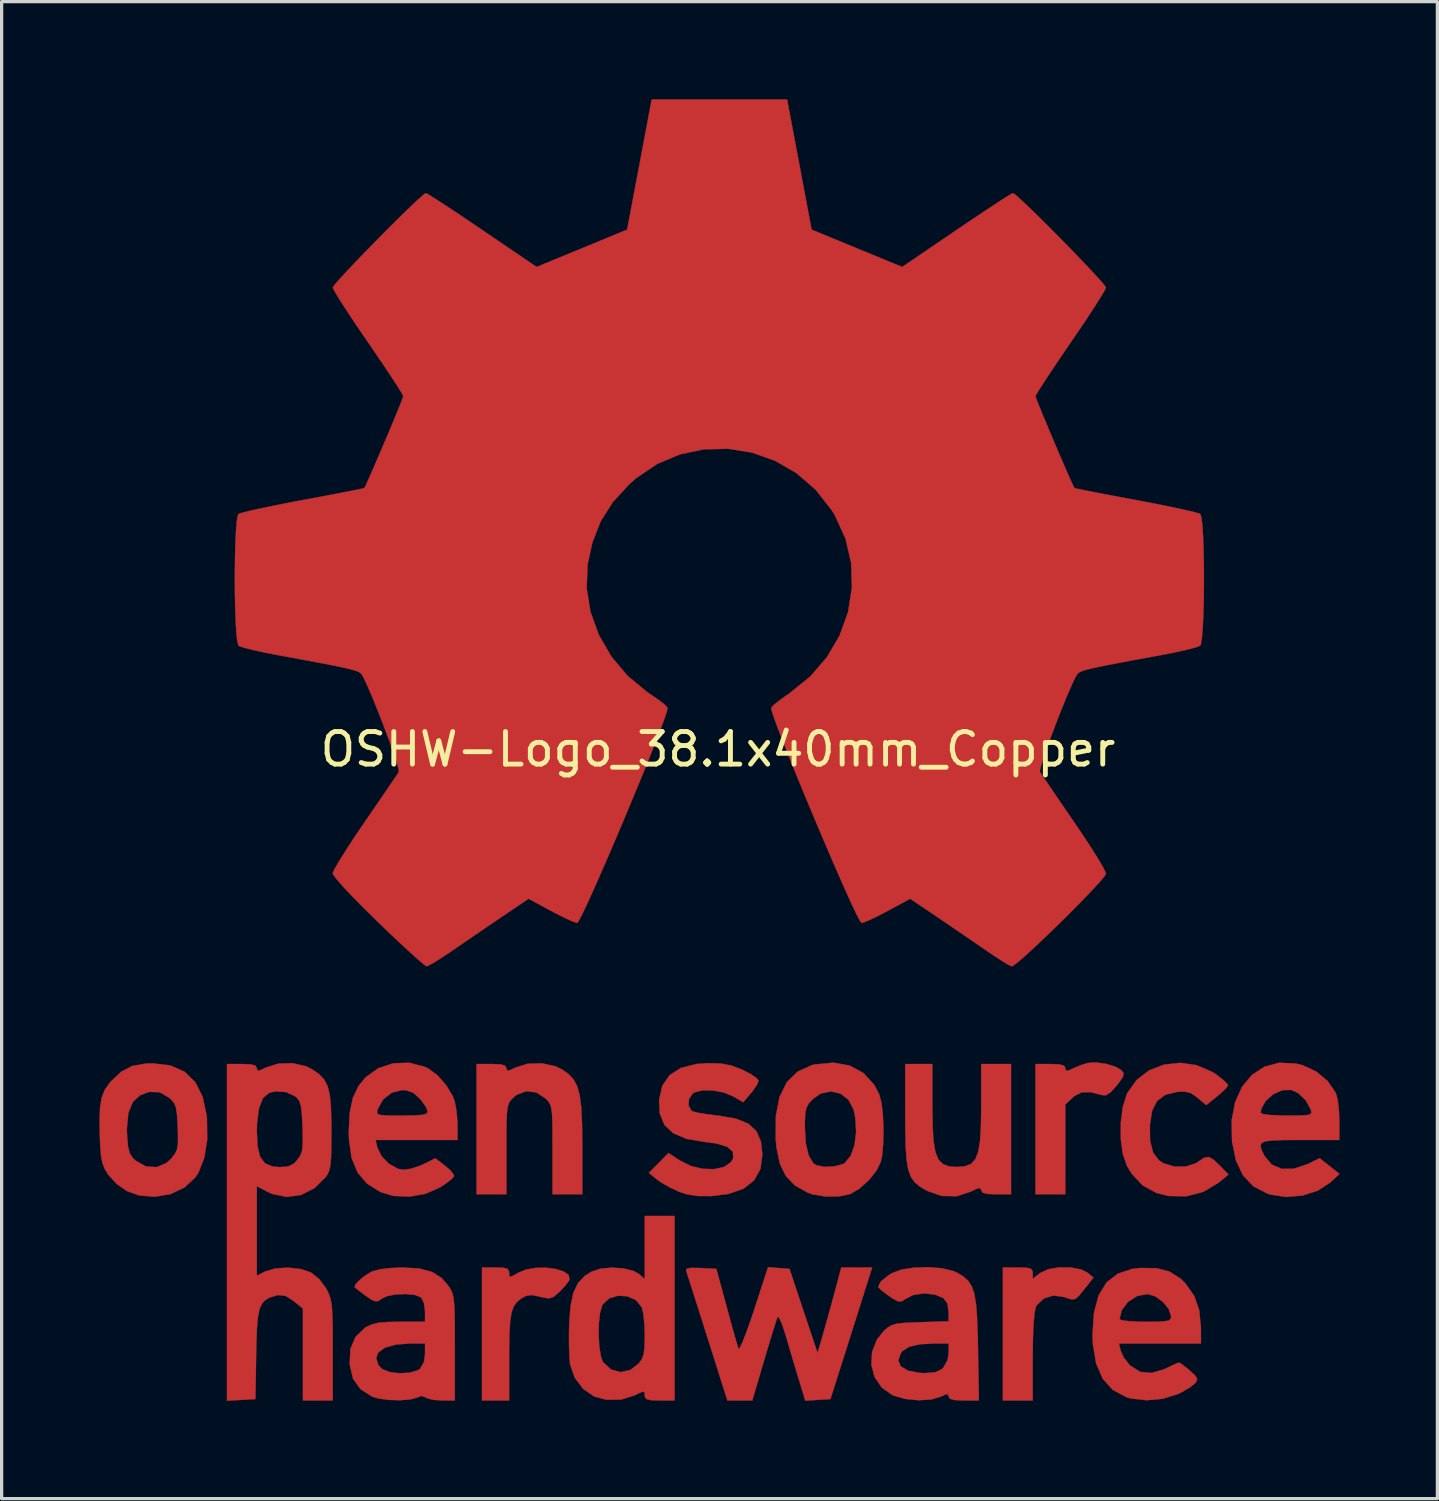
<source format=kicad_pcb>
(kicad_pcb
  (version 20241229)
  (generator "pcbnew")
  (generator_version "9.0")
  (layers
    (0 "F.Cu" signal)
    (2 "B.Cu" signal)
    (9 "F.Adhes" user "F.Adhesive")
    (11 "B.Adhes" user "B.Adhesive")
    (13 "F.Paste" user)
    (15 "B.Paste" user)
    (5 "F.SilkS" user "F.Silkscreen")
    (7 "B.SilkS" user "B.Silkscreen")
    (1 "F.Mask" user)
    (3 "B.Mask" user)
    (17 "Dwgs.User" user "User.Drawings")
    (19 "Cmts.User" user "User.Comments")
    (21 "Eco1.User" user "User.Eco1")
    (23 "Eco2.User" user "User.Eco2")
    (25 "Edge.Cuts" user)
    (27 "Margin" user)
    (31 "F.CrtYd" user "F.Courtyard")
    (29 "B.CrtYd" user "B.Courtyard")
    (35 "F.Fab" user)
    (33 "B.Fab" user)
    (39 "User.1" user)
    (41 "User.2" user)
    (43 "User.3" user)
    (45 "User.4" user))
  (footprint "OSHW-Logo_38.1x40mm_Copper"
    (layer "F.Cu")
    (at 18.99 19.95)
    (property "Reference" "OSHW-Logo_38.1x40mm_Copper" (at 0 0 0) (layer "F.SilkS") (effects (font (size 1 1) (thickness 0.15))))
    (attr exclude_from_pos_files exclude_from_bom)
    (fp_poly (pts (xy 11.918 9.656) (xy 12.204 9.744) (xy 12.389 9.855) (xy 12.449 9.942) (xy 12.432 10.046) (xy 12.325 10.209) (xy 12.234 10.324) (xy 12.047 10.532) (xy 11.907 10.62) (xy 11.787 10.614) (xy 11.431 10.524) (xy 11.17 10.528) (xy 10.959 10.631) (xy 10.887 10.691) (xy 10.66 10.902) (xy 10.66 13.658) (xy 9.744 13.658) (xy 9.744 9.66) (xy 10.202 9.66) (xy 10.477 9.671) (xy 10.619 9.71) (xy 10.66 9.785) (xy 10.66 9.787) (xy 10.679 9.866) (xy 10.767 9.856) (xy 10.889 9.799) (xy 11.14 9.693) (xy 11.344 9.629) (xy 11.607 9.613) (xy 11.918 9.656)) (stroke (width 0.01) (type solid)) (fill yes) (layer "F.Cu"))
    (fp_poly (pts (xy 10.83 15.905) (xy 11.15 15.968) (xy 11.333 16.061) (xy 11.524 16.217) (xy 11.252 16.561) (xy 11.083 16.77) (xy 10.969 16.871) (xy 10.856 16.887) (xy 10.69 16.837) (xy 10.612 16.809) (xy 10.294 16.767) (xy 10.003 16.856) (xy 9.789 17.059) (xy 9.754 17.123) (xy 9.717 17.294) (xy 9.687 17.609) (xy 9.668 18.046) (xy 9.66 18.582) (xy 9.66 18.658) (xy 9.66 19.987) (xy 8.744 19.987) (xy 8.744 15.906) (xy 9.202 15.906) (xy 9.466 15.913) (xy 9.604 15.944) (xy 9.655 16.013) (xy 9.66 16.079) (xy 9.66 16.251) (xy 9.88 16.079) (xy 10.131 15.961) (xy 10.469 15.903) (xy 10.83 15.905)) (stroke (width 0.01) (type solid)) (fill yes) (layer "F.Cu"))
    (fp_poly (pts (xy -6.579 15.915) (xy -6.454 15.952) (xy -6.414 16.035) (xy -6.412 16.072) (xy -6.405 16.175) (xy -6.356 16.191) (xy -6.221 16.12) (xy -6.142 16.072) (xy -5.89 15.968) (xy -5.59 15.917) (xy -5.275 15.913) (xy -4.98 15.951) (xy -4.739 16.027) (xy -4.587 16.134) (xy -4.557 16.268) (xy -4.572 16.305) (xy -4.683 16.456) (xy -4.854 16.641) (xy -4.885 16.671) (xy -5.049 16.809) (xy -5.191 16.854) (xy -5.388 16.823) (xy -5.467 16.802) (xy -5.714 16.752) (xy -5.887 16.775) (xy -6.033 16.853) (xy -6.167 16.959) (xy -6.266 17.092) (xy -6.334 17.277) (xy -6.378 17.541) (xy -6.402 17.907) (xy -6.412 18.402) (xy -6.412 18.701) (xy -6.412 19.987) (xy -7.245 19.987) (xy -7.245 15.906) (xy -6.829 15.906) (xy -6.579 15.915)) (stroke (width 0.01) (type solid)) (fill yes) (layer "F.Cu"))
    (fp_poly (pts (xy 6.579 10.957) (xy 6.587 11.567) (xy 6.616 12.031) (xy 6.673 12.368) (xy 6.767 12.595) (xy 6.904 12.734) (xy 7.094 12.802) (xy 7.329 12.82) (xy 7.574 12.8) (xy 7.761 12.729) (xy 7.896 12.586) (xy 7.988 12.353) (xy 8.044 12.011) (xy 8.071 11.54) (xy 8.078 10.957) (xy 8.078 9.66) (xy 8.994 9.66) (xy 8.994 13.658) (xy 8.536 13.658) (xy 8.26 13.647) (xy 8.118 13.607) (xy 8.078 13.533) (xy 8.054 13.466) (xy 7.959 13.48) (xy 7.767 13.574) (xy 7.327 13.719) (xy 6.861 13.709) (xy 6.414 13.552) (xy 6.201 13.427) (xy 6.038 13.292) (xy 5.92 13.124) (xy 5.838 12.898) (xy 5.787 12.591) (xy 5.759 12.18) (xy 5.748 11.64) (xy 5.746 11.223) (xy 5.746 9.66) (xy 6.579 9.66) (xy 6.579 10.957)) (stroke (width 0.01) (type solid)) (fill yes) (layer "F.Cu"))
    (fp_poly (pts (xy -4.994 9.729) (xy -4.787 9.828) (xy -4.586 9.971) (xy -4.433 10.136) (xy -4.321 10.346) (xy -4.245 10.625) (xy -4.198 10.996) (xy -4.174 11.485) (xy -4.166 12.114) (xy -4.166 12.18) (xy -4.164 13.658) (xy -5.08 13.658) (xy -5.08 12.295) (xy -5.081 11.79) (xy -5.085 11.424) (xy -5.097 11.17) (xy -5.121 10.999) (xy -5.16 10.884) (xy -5.218 10.798) (xy -5.3 10.713) (xy -5.583 10.53) (xy -5.893 10.496) (xy -6.189 10.611) (xy -6.291 10.698) (xy -6.367 10.778) (xy -6.421 10.865) (xy -6.457 10.985) (xy -6.479 11.165) (xy -6.491 11.432) (xy -6.495 11.815) (xy -6.496 12.28) (xy -6.496 13.658) (xy -7.412 13.658) (xy -7.412 9.66) (xy -6.954 9.66) (xy -6.679 9.671) (xy -6.537 9.71) (xy -6.496 9.785) (xy -6.496 9.787) (xy -6.477 9.861) (xy -6.392 9.853) (xy -6.225 9.772) (xy -5.845 9.652) (xy -5.411 9.639) (xy -4.994 9.729)) (stroke (width 0.01) (type solid)) (fill yes) (layer "F.Cu"))
    (fp_poly (pts (xy 14.685 9.695) (xy 15.167 9.9) (xy 15.319 10) (xy 15.513 10.153) (xy 15.635 10.274) (xy 15.656 10.313) (xy 15.597 10.4) (xy 15.444 10.548) (xy 15.321 10.651) (xy 14.986 10.921) (xy 14.721 10.698) (xy 14.517 10.554) (xy 14.317 10.505) (xy 14.089 10.517) (xy 13.726 10.607) (xy 13.477 10.794) (xy 13.325 11.096) (xy 13.256 11.532) (xy 13.256 11.533) (xy 13.262 12.02) (xy 13.355 12.378) (xy 13.539 12.621) (xy 13.665 12.704) (xy 13.999 12.807) (xy 14.356 12.807) (xy 14.667 12.707) (xy 14.74 12.658) (xy 14.925 12.534) (xy 15.069 12.514) (xy 15.224 12.606) (xy 15.396 12.772) (xy 15.668 13.053) (xy 15.366 13.302) (xy 14.899 13.583) (xy 14.373 13.721) (xy 13.824 13.711) (xy 13.462 13.62) (xy 13.04 13.392) (xy 12.703 13.035) (xy 12.55 12.783) (xy 12.425 12.422) (xy 12.363 11.963) (xy 12.363 11.467) (xy 12.423 10.99) (xy 12.545 10.591) (xy 12.564 10.55) (xy 12.848 10.149) (xy 13.233 9.856) (xy 13.687 9.679) (xy 14.181 9.624) (xy 14.685 9.695)) (stroke (width 0.01) (type solid)) (fill yes) (layer "F.Cu"))
    (fp_poly (pts (xy 4.045 9.71) (xy 4.466 9.939) (xy 4.796 10.301) (xy 4.951 10.596) (xy 5.018 10.856) (xy 5.061 11.227) (xy 5.079 11.654) (xy 5.072 12.083) (xy 5.038 12.46) (xy 4.997 12.661) (xy 4.861 12.937) (xy 4.626 13.229) (xy 4.342 13.485) (xy 4.061 13.65) (xy 4.054 13.653) (xy 3.706 13.725) (xy 3.293 13.727) (xy 2.9 13.661) (xy 2.749 13.608) (xy 2.358 13.387) (xy 2.079 13.097) (xy 1.895 12.713) (xy 1.793 12.21) (xy 1.769 11.946) (xy 1.772 11.615) (xy 2.665 11.615) (xy 2.695 12.098) (xy 2.782 12.467) (xy 2.919 12.702) (xy 3.017 12.769) (xy 3.268 12.816) (xy 3.567 12.802) (xy 3.825 12.735) (xy 3.892 12.698) (xy 4.071 12.481) (xy 4.189 12.15) (xy 4.239 11.747) (xy 4.214 11.315) (xy 4.16 11.055) (xy 4.002 10.754) (xy 3.754 10.566) (xy 3.455 10.501) (xy 3.146 10.569) (xy 2.908 10.737) (xy 2.783 10.874) (xy 2.711 11.01) (xy 2.676 11.194) (xy 2.665 11.476) (xy 2.665 11.615) (xy 1.772 11.615) (xy 1.776 11.243) (xy 1.89 10.666) (xy 2.113 10.216) (xy 2.444 9.892) (xy 2.883 9.695) (xy 2.978 9.672) (xy 3.545 9.619) (xy 4.045 9.71)) (stroke (width 0.01) (type solid)) (fill yes) (layer "F.Cu"))
    (fp_poly (pts (xy 1.865 15.923) (xy 2.194 15.948) (xy 2.624 17.239) (xy 3.055 18.53) (xy 3.19 18.071) (xy 3.271 17.788) (xy 3.378 17.406) (xy 3.494 16.985) (xy 3.555 16.76) (xy 3.784 15.906) (xy 4.731 15.906) (xy 4.448 16.801) (xy 4.309 17.242) (xy 4.14 17.773) (xy 3.965 18.327) (xy 3.808 18.821) (xy 3.45 19.945) (xy 2.678 19.995) (xy 2.468 19.304) (xy 2.339 18.875) (xy 2.198 18.401) (xy 2.075 17.983) (xy 2.07 17.966) (xy 1.978 17.683) (xy 1.897 17.49) (xy 1.84 17.417) (xy 1.828 17.425) (xy 1.787 17.538) (xy 1.71 17.781) (xy 1.604 18.123) (xy 1.481 18.533) (xy 1.414 18.759) (xy 1.053 19.987) (xy 0.287 19.987) (xy -0.326 18.051) (xy -0.498 17.508) (xy -0.655 17.014) (xy -0.789 16.594) (xy -0.893 16.27) (xy -0.96 16.066) (xy -0.98 16.006) (xy -0.964 15.945) (xy -0.838 15.918) (xy -0.577 15.921) (xy -0.537 15.923) (xy -0.052 15.948) (xy 0.265 17.114) (xy 0.381 17.539) (xy 0.485 17.913) (xy 0.568 18.203) (xy 0.62 18.376) (xy 0.629 18.405) (xy 0.669 18.372) (xy 0.749 18.203) (xy 0.86 17.922) (xy 0.993 17.55) (xy 1.106 17.214) (xy 1.535 15.898) (xy 1.865 15.923)) (stroke (width 0.01) (type solid)) (fill yes) (layer "F.Cu"))
    (fp_poly (pts (xy -16.811 9.704) (xy -16.375 9.896) (xy -16.044 10.218) (xy -15.818 10.669) (xy -15.696 11.25) (xy -15.687 11.341) (xy -15.68 11.981) (xy -15.769 12.541) (xy -15.949 12.996) (xy -16.045 13.142) (xy -16.38 13.451) (xy -16.806 13.652) (xy -17.284 13.735) (xy -17.771 13.693) (xy -18.141 13.562) (xy -18.459 13.343) (xy -18.719 13.055) (xy -18.724 13.048) (xy -18.829 12.871) (xy -18.898 12.692) (xy -18.94 12.467) (xy -18.964 12.149) (xy -18.975 11.888) (xy -18.979 11.651) (xy -18.147 11.651) (xy -18.138 11.887) (xy -18.109 12.2) (xy -18.057 12.401) (xy -17.963 12.544) (xy -17.875 12.628) (xy -17.563 12.803) (xy -17.236 12.826) (xy -16.932 12.7) (xy -16.78 12.559) (xy -16.671 12.417) (xy -16.607 12.281) (xy -16.578 12.104) (xy -16.577 11.839) (xy -16.585 11.594) (xy -16.604 11.245) (xy -16.634 11.019) (xy -16.687 10.871) (xy -16.777 10.759) (xy -16.848 10.694) (xy -17.145 10.525) (xy -17.466 10.516) (xy -17.736 10.617) (xy -17.965 10.826) (xy -18.102 11.17) (xy -18.147 11.651) (xy -18.979 11.651) (xy -18.985 11.369) (xy -18.968 10.981) (xy -18.918 10.689) (xy -18.827 10.459) (xy -18.689 10.256) (xy -18.638 10.196) (xy -18.318 9.895) (xy -17.976 9.719) (xy -17.556 9.646) (xy -17.352 9.64) (xy -16.811 9.704)) (stroke (width 0.01) (type solid)) (fill yes) (layer "F.Cu"))
    (fp_poly (pts (xy -1.332 19.987) (xy -1.79 19.987) (xy -2.056 19.979) (xy -2.195 19.947) (xy -2.245 19.877) (xy -2.249 19.829) (xy -2.257 19.734) (xy -2.31 19.716) (xy -2.449 19.775) (xy -2.558 19.829) (xy -2.974 19.959) (xy -3.426 19.966) (xy -3.793 19.87) (xy -4.136 19.636) (xy -4.397 19.292) (xy -4.539 18.885) (xy -4.543 18.862) (xy -4.564 18.614) (xy -4.575 18.258) (xy -4.574 17.989) (xy -3.664 17.989) (xy -3.643 18.347) (xy -3.595 18.642) (xy -3.53 18.808) (xy -3.285 19.036) (xy -2.993 19.118) (xy -2.693 19.052) (xy -2.436 18.855) (xy -2.339 18.722) (xy -2.282 18.564) (xy -2.255 18.334) (xy -2.249 17.987) (xy -2.26 17.644) (xy -2.291 17.343) (xy -2.335 17.141) (xy -2.343 17.123) (xy -2.52 16.908) (xy -2.779 16.79) (xy -3.069 16.771) (xy -3.338 16.853) (xy -3.537 17.038) (xy -3.558 17.075) (xy -3.622 17.299) (xy -3.658 17.622) (xy -3.664 17.989) (xy -4.574 17.989) (xy -4.574 17.852) (xy -4.568 17.634) (xy -4.527 17.094) (xy -4.442 16.688) (xy -4.301 16.388) (xy -4.092 16.165) (xy -3.889 16.034) (xy -3.605 15.942) (xy -3.252 15.911) (xy -2.891 15.936) (xy -2.582 16.016) (xy -2.418 16.112) (xy -2.249 16.265) (xy -2.249 14.324) (xy -1.332 14.324) (xy -1.332 19.987)) (stroke (width 0.01) (type solid)) (fill yes) (layer "F.Cu"))
    (fp_poly (pts (xy 17.736 9.646) (xy 17.949 9.698) (xy 18.358 9.888) (xy 18.707 10.177) (xy 18.949 10.525) (xy 18.982 10.603) (xy 19.028 10.807) (xy 19.06 11.109) (xy 19.071 11.415) (xy 19.071 11.992) (xy 17.863 11.992) (xy 17.365 11.994) (xy 17.014 12.005) (xy 16.791 12.035) (xy 16.677 12.092) (xy 16.651 12.184) (xy 16.695 12.32) (xy 16.774 12.48) (xy 16.995 12.746) (xy 17.302 12.879) (xy 17.676 12.874) (xy 18.101 12.73) (xy 18.468 12.552) (xy 18.772 12.792) (xy 19.076 13.033) (xy 18.79 13.298) (xy 18.408 13.548) (xy 17.938 13.698) (xy 17.432 13.741) (xy 16.943 13.665) (xy 16.864 13.639) (xy 16.434 13.415) (xy 16.115 13.08) (xy 15.898 12.625) (xy 15.778 12.041) (xy 15.777 12.028) (xy 15.766 11.391) (xy 15.81 11.163) (xy 16.656 11.163) (xy 16.733 11.198) (xy 16.944 11.225) (xy 17.255 11.24) (xy 17.452 11.243) (xy 17.82 11.241) (xy 18.05 11.232) (xy 18.171 11.208) (xy 18.212 11.161) (xy 18.201 11.085) (xy 18.192 11.055) (xy 18.043 10.778) (xy 17.809 10.554) (xy 17.602 10.456) (xy 17.328 10.462) (xy 17.049 10.585) (xy 16.816 10.787) (xy 16.676 11.034) (xy 16.656 11.163) (xy 15.81 11.163) (xy 15.873 10.83) (xy 16.085 10.36) (xy 16.39 9.993) (xy 16.775 9.742) (xy 17.227 9.622) (xy 17.736 9.646)) (stroke (width 0.01) (type solid)) (fill yes) (layer "F.Cu"))
    (fp_poly (pts (xy 0.093 9.646) (xy 0.408 9.706) (xy 0.735 9.831) (xy 0.77 9.847) (xy 1.018 9.977) (xy 1.19 10.099) (xy 1.246 10.176) (xy 1.193 10.303) (xy 1.064 10.49) (xy 1.007 10.56) (xy 0.772 10.834) (xy 0.469 10.655) (xy 0.181 10.536) (xy -0.152 10.473) (xy -0.471 10.469) (xy -0.719 10.528) (xy -0.778 10.566) (xy -0.891 10.737) (xy -0.905 10.934) (xy -0.82 11.088) (xy -0.77 11.118) (xy -0.62 11.155) (xy -0.357 11.199) (xy -0.032 11.24) (xy 0.028 11.247) (xy 0.55 11.337) (xy 0.928 11.49) (xy 1.179 11.721) (xy 1.318 12.043) (xy 1.362 12.436) (xy 1.302 12.883) (xy 1.107 13.234) (xy 0.777 13.49) (xy 0.31 13.65) (xy -0.208 13.714) (xy -0.631 13.713) (xy -0.973 13.655) (xy -1.208 13.576) (xy -1.503 13.437) (xy -1.777 13.276) (xy -1.874 13.205) (xy -2.124 13.001) (xy -1.822 12.697) (xy -1.521 12.392) (xy -1.178 12.618) (xy -0.835 12.789) (xy -0.468 12.878) (xy -0.115 12.887) (xy 0.186 12.818) (xy 0.397 12.673) (xy 0.466 12.55) (xy 0.456 12.354) (xy 0.286 12.204) (xy -0.043 12.1) (xy -0.404 12.052) (xy -0.959 11.96) (xy -1.371 11.787) (xy -1.646 11.529) (xy -1.789 11.178) (xy -1.809 10.763) (xy -1.711 10.329) (xy -1.487 10.002) (xy -1.136 9.778) (xy -0.655 9.658) (xy -0.299 9.634) (xy 0.093 9.646)) (stroke (width 0.01) (type solid)) (fill yes) (layer "F.Cu"))
    (fp_poly (pts (xy 13.462 15.928) (xy 13.86 16.031) (xy 14.193 16.245) (xy 14.355 16.405) (xy 14.619 16.782) (xy 14.771 17.219) (xy 14.823 17.757) (xy 14.823 17.801) (xy 14.824 18.238) (xy 12.307 18.238) (xy 12.361 18.467) (xy 12.458 18.674) (xy 12.627 18.891) (xy 12.663 18.925) (xy 12.967 19.112) (xy 13.315 19.143) (xy 13.715 19.021) (xy 13.783 18.988) (xy 13.991 18.887) (xy 14.13 18.83) (xy 14.154 18.824) (xy 14.239 18.876) (xy 14.401 19.002) (xy 14.483 19.071) (xy 14.653 19.229) (xy 14.709 19.333) (xy 14.67 19.429) (xy 14.649 19.455) (xy 14.509 19.57) (xy 14.277 19.71) (xy 14.116 19.791) (xy 13.657 19.935) (xy 13.149 19.981) (xy 12.668 19.926) (xy 12.533 19.887) (xy 12.117 19.663) (xy 11.807 19.319) (xy 11.605 18.852) (xy 11.506 18.257) (xy 11.495 17.947) (xy 11.527 17.494) (xy 12.325 17.494) (xy 12.402 17.527) (xy 12.61 17.554) (xy 12.912 17.569) (xy 13.116 17.572) (xy 13.484 17.569) (xy 13.716 17.557) (xy 13.844 17.529) (xy 13.897 17.479) (xy 13.908 17.407) (xy 13.836 17.182) (xy 13.656 16.961) (xy 13.42 16.791) (xy 13.183 16.721) (xy 12.862 16.783) (xy 12.584 16.961) (xy 12.391 17.219) (xy 12.325 17.494) (xy 11.527 17.494) (xy 11.541 17.287) (xy 11.683 16.762) (xy 11.924 16.367) (xy 12.268 16.097) (xy 12.716 15.949) (xy 12.959 15.921) (xy 13.462 15.928)) (stroke (width 0.01) (type solid)) (fill yes) (layer "F.Cu"))
    (fp_poly (pts (xy -8.985 9.753) (xy -8.902 9.792) (xy -8.615 10.003) (xy -8.344 10.31) (xy -8.141 10.648) (xy -8.083 10.803) (xy -8.03 11.081) (xy -7.999 11.416) (xy -7.995 11.555) (xy -7.995 11.992) (xy -10.511 11.992) (xy -10.458 12.221) (xy -10.326 12.492) (xy -10.096 12.726) (xy -9.822 12.877) (xy -9.647 12.908) (xy -9.411 12.87) (xy -9.128 12.775) (xy -9.032 12.731) (xy -8.678 12.554) (xy -8.375 12.785) (xy -8.2 12.941) (xy -8.107 13.07) (xy -8.103 13.108) (xy -8.186 13.199) (xy -8.368 13.339) (xy -8.533 13.447) (xy -8.978 13.643) (xy -9.478 13.731) (xy -9.973 13.708) (xy -10.368 13.588) (xy -10.775 13.331) (xy -11.064 12.992) (xy -11.245 12.553) (xy -11.327 11.997) (xy -11.335 11.742) (xy -11.306 11.159) (xy -11.302 11.142) (xy -10.468 11.142) (xy -10.445 11.196) (xy -10.351 11.227) (xy -10.156 11.24) (xy -9.832 11.243) (xy -9.708 11.243) (xy -9.328 11.238) (xy -9.088 11.222) (xy -8.958 11.189) (xy -8.912 11.136) (xy -8.911 11.119) (xy -8.963 10.984) (xy -9.094 10.794) (xy -9.15 10.728) (xy -9.359 10.54) (xy -9.576 10.466) (xy -9.694 10.46) (xy -10.011 10.537) (xy -10.277 10.744) (xy -10.446 11.045) (xy -10.449 11.055) (xy -10.468 11.142) (xy -11.302 11.142) (xy -11.209 10.699) (xy -11.034 10.332) (xy -10.821 10.071) (xy -10.426 9.788) (xy -9.962 9.637) (xy -9.469 9.623) (xy -8.985 9.753)) (stroke (width 0.01) (type solid)) (fill yes) (layer "F.Cu"))
    (fp_poly (pts (xy 6.877 15.931) (xy 7.228 16.016) (xy 7.33 16.061) (xy 7.527 16.18) (xy 7.677 16.313) (xy 7.789 16.484) (xy 7.868 16.717) (xy 7.921 17.034) (xy 7.953 17.458) (xy 7.973 18.013) (xy 7.98 18.384) (xy 8.007 19.987) (xy 7.543 19.987) (xy 7.261 19.975) (xy 7.116 19.935) (xy 7.079 19.867) (xy 7.059 19.794) (xy 6.97 19.808) (xy 6.85 19.866) (xy 6.548 19.956) (xy 6.159 19.981) (xy 5.751 19.941) (xy 5.389 19.839) (xy 5.356 19.825) (xy 5.025 19.592) (xy 4.807 19.269) (xy 4.706 18.891) (xy 4.714 18.755) (xy 5.534 18.755) (xy 5.606 18.938) (xy 5.82 19.069) (xy 6.165 19.139) (xy 6.35 19.148) (xy 6.658 19.125) (xy 6.862 19.032) (xy 6.912 18.988) (xy 7.047 18.747) (xy 7.079 18.53) (xy 7.079 18.238) (xy 6.673 18.238) (xy 6.201 18.262) (xy 5.87 18.338) (xy 5.661 18.47) (xy 5.614 18.529) (xy 5.534 18.755) (xy 4.714 18.755) (xy 4.729 18.494) (xy 4.879 18.115) (xy 5.084 17.859) (xy 5.208 17.749) (xy 5.33 17.676) (xy 5.488 17.631) (xy 5.722 17.606) (xy 6.071 17.59) (xy 6.21 17.585) (xy 7.079 17.557) (xy 7.077 17.294) (xy 7.044 17.017) (xy 6.922 16.85) (xy 6.676 16.743) (xy 6.67 16.741) (xy 6.321 16.699) (xy 5.98 16.754) (xy 5.726 16.887) (xy 5.625 16.953) (xy 5.515 16.944) (xy 5.347 16.849) (xy 5.248 16.781) (xy 5.054 16.637) (xy 4.934 16.53) (xy 4.915 16.499) (xy 4.994 16.339) (xy 5.228 16.148) (xy 5.33 16.084) (xy 5.622 15.973) (xy 6.016 15.91) (xy 6.454 15.896) (xy 6.877 15.931)) (stroke (width 0.01) (type solid)) (fill yes) (layer "F.Cu"))
    (fp_poly (pts (xy -9.168 15.938) (xy -8.776 16.043) (xy -8.478 16.233) (xy -8.267 16.481) (xy -8.202 16.587) (xy -8.153 16.698) (xy -8.12 16.839) (xy -8.098 17.038) (xy -8.085 17.32) (xy -8.08 17.711) (xy -8.078 18.236) (xy -8.078 18.375) (xy -8.078 19.987) (xy -8.478 19.987) (xy -8.733 19.969) (xy -8.921 19.924) (xy -8.969 19.896) (xy -9.098 19.848) (xy -9.23 19.896) (xy -9.447 19.956) (xy -9.762 19.98) (xy -10.112 19.97) (xy -10.431 19.926) (xy -10.618 19.869) (xy -10.979 19.637) (xy -11.205 19.316) (xy -11.306 18.888) (xy -11.307 18.877) (xy -11.298 18.687) (xy -10.493 18.687) (xy -10.423 18.903) (xy -10.308 19.024) (xy -10.078 19.116) (xy -9.774 19.153) (xy -9.464 19.135) (xy -9.216 19.063) (xy -9.146 19.016) (xy -9.025 18.802) (xy -8.994 18.558) (xy -8.994 18.238) (xy -9.455 18.238) (xy -9.892 18.272) (xy -10.224 18.367) (xy -10.431 18.516) (xy -10.493 18.687) (xy -11.298 18.687) (xy -11.285 18.409) (xy -11.131 18.04) (xy -10.841 17.76) (xy -10.801 17.735) (xy -10.629 17.652) (xy -10.416 17.602) (xy -10.118 17.578) (xy -9.764 17.572) (xy -8.994 17.572) (xy -8.994 17.249) (xy -9.027 16.998) (xy -9.11 16.83) (xy -9.12 16.822) (xy -9.305 16.748) (xy -9.586 16.72) (xy -9.895 16.734) (xy -10.169 16.788) (xy -10.332 16.868) (xy -10.42 16.933) (xy -10.513 16.946) (xy -10.641 16.892) (xy -10.835 16.761) (xy -11.125 16.538) (xy -11.152 16.517) (xy -11.138 16.44) (xy -11.024 16.311) (xy -10.851 16.168) (xy -10.66 16.048) (xy -10.6 16.02) (xy -10.381 15.963) (xy -10.059 15.923) (xy -9.701 15.906) (xy -9.684 15.906) (xy -9.168 15.938)) (stroke (width 0.01) (type solid)) (fill yes) (layer "F.Cu"))
    (fp_poly (pts (xy -12.642 9.73) (xy -12.466 9.817) (xy -12.25 9.968) (xy -12.092 10.133) (xy -11.984 10.34) (xy -11.916 10.618) (xy -11.881 10.994) (xy -11.868 11.499) (xy -11.867 11.715) (xy -11.869 12.191) (xy -11.878 12.53) (xy -11.898 12.765) (xy -11.932 12.926) (xy -11.985 13.045) (xy -12.039 13.126) (xy -12.386 13.47) (xy -12.795 13.678) (xy -13.236 13.74) (xy -13.68 13.65) (xy -13.821 13.586) (xy -14.157 13.411) (xy -14.157 16.16) (xy -13.912 16.033) (xy -13.588 15.935) (xy -13.19 15.91) (xy -12.793 15.956) (xy -12.493 16.061) (xy -12.244 16.26) (xy -12.031 16.544) (xy -12.015 16.574) (xy -11.948 16.711) (xy -11.898 16.85) (xy -11.864 17.018) (xy -11.843 17.244) (xy -11.831 17.555) (xy -11.826 17.981) (xy -11.826 18.459) (xy -11.826 19.987) (xy -12.742 19.987) (xy -12.742 17.17) (xy -12.998 16.955) (xy -13.264 16.782) (xy -13.516 16.751) (xy -13.77 16.831) (xy -13.905 16.911) (xy -14.005 17.023) (xy -14.077 17.193) (xy -14.125 17.445) (xy -14.155 17.802) (xy -14.172 18.289) (xy -14.178 18.613) (xy -14.199 19.945) (xy -14.636 19.97) (xy -15.073 19.996) (xy -15.073 11.727) (xy -14.157 11.727) (xy -14.134 12.188) (xy -14.055 12.508) (xy -13.908 12.707) (xy -13.68 12.805) (xy -13.45 12.825) (xy -13.188 12.802) (xy -13.015 12.714) (xy -12.907 12.596) (xy -12.822 12.47) (xy -12.771 12.329) (xy -12.748 12.132) (xy -12.748 11.837) (xy -12.755 11.589) (xy -12.773 11.217) (xy -12.799 10.972) (xy -12.842 10.817) (xy -12.913 10.712) (xy -12.98 10.652) (xy -13.259 10.521) (xy -13.589 10.5) (xy -13.779 10.545) (xy -13.967 10.706) (xy -14.091 11.019) (xy -14.151 11.482) (xy -14.157 11.727) (xy -15.073 11.727) (xy -15.073 9.66) (xy -14.615 9.66) (xy -14.34 9.671) (xy -14.199 9.71) (xy -14.157 9.785) (xy -14.157 9.787) (xy -14.138 9.861) (xy -14.054 9.853) (xy -13.887 9.772) (xy -13.497 9.648) (xy -13.058 9.635) (xy -12.642 9.73)) (stroke (width 0.01) (type solid)) (fill yes) (layer "F.Cu"))
    (fp_poly (pts (xy 2.497 -17.948) (xy 2.873 -15.951) (xy 5.652 -14.806) (xy 7.318 -15.939) (xy 7.785 -16.254) (xy 8.207 -16.536) (xy 8.564 -16.771) (xy 8.837 -16.947) (xy 9.007 -17.05) (xy 9.053 -17.072) (xy 9.136 -17.015) (xy 9.313 -16.857) (xy 9.565 -16.618) (xy 9.872 -16.319) (xy 10.213 -15.979) (xy 10.57 -15.619) (xy 10.921 -15.259) (xy 11.247 -14.92) (xy 11.528 -14.62) (xy 11.745 -14.382) (xy 11.877 -14.225) (xy 11.909 -14.172) (xy 11.863 -14.075) (xy 11.736 -13.862) (xy 11.54 -13.554) (xy 11.289 -13.172) (xy 10.996 -12.737) (xy 10.826 -12.489) (xy 10.517 -12.035) (xy 10.242 -11.626) (xy 10.015 -11.282) (xy 9.849 -11.023) (xy 9.757 -10.868) (xy 9.744 -10.836) (xy 9.775 -10.744) (xy 9.86 -10.53) (xy 9.986 -10.223) (xy 10.14 -9.854) (xy 10.309 -9.453) (xy 10.481 -9.05) (xy 10.643 -8.675) (xy 10.781 -8.359) (xy 10.884 -8.132) (xy 10.938 -8.023) (xy 10.941 -8.019) (xy 11.025 -7.998) (xy 11.25 -7.952) (xy 11.592 -7.885) (xy 12.028 -7.801) (xy 12.535 -7.706) (xy 12.831 -7.651) (xy 13.372 -7.548) (xy 13.861 -7.45) (xy 14.273 -7.362) (xy 14.583 -7.29) (xy 14.766 -7.239) (xy 14.803 -7.223) (xy 14.839 -7.114) (xy 14.868 -6.867) (xy 14.89 -6.511) (xy 14.905 -6.076) (xy 14.914 -5.59) (xy 14.915 -5.081) (xy 14.91 -4.58) (xy 14.897 -4.114) (xy 14.878 -3.712) (xy 14.852 -3.404) (xy 14.82 -3.218) (xy 14.8 -3.18) (xy 14.683 -3.133) (xy 14.434 -3.067) (xy 14.087 -2.988) (xy 13.674 -2.906) (xy 13.53 -2.879) (xy 12.835 -2.752) (xy 12.287 -2.649) (xy 11.866 -2.567) (xy 11.555 -2.502) (xy 11.335 -2.45) (xy 11.189 -2.406) (xy 11.098 -2.366) (xy 11.044 -2.327) (xy 11.036 -2.319) (xy 10.961 -2.193) (xy 10.846 -1.949) (xy 10.703 -1.617) (xy 10.543 -1.225) (xy 10.379 -0.804) (xy 10.22 -0.385) (xy 10.08 0.004) (xy 9.968 0.333) (xy 9.897 0.57) (xy 9.879 0.688) (xy 9.881 0.692) (xy 9.943 0.788) (xy 10.086 0.999) (xy 10.292 1.303) (xy 10.549 1.679) (xy 10.84 2.104) (xy 10.923 2.224) (xy 11.219 2.662) (xy 11.479 3.061) (xy 11.69 3.399) (xy 11.837 3.653) (xy 11.906 3.8) (xy 11.909 3.818) (xy 11.851 3.912) (xy 11.692 4.1) (xy 11.451 4.361) (xy 11.149 4.674) (xy 10.808 5.019) (xy 10.446 5.377) (xy 10.085 5.727) (xy 9.746 6.048) (xy 9.448 6.322) (xy 9.213 6.527) (xy 9.06 6.643) (xy 9.018 6.662) (xy 8.919 6.618) (xy 8.718 6.497) (xy 8.446 6.32) (xy 8.237 6.178) (xy 7.858 5.918) (xy 7.41 5.611) (xy 6.96 5.304) (xy 6.718 5.14) (xy 5.899 4.587) (xy 5.212 4.958) (xy 4.899 5.121) (xy 4.633 5.248) (xy 4.453 5.32) (xy 4.407 5.33) (xy 4.352 5.256) (xy 4.243 5.046) (xy 4.089 4.721) (xy 3.897 4.298) (xy 3.676 3.799) (xy 3.434 3.241) (xy 3.179 2.645) (xy 2.919 2.029) (xy 2.662 1.413) (xy 2.416 0.816) (xy 2.19 0.258) (xy 1.992 -0.242) (xy 1.829 -0.665) (xy 1.71 -0.992) (xy 1.642 -1.203) (xy 1.632 -1.275) (xy 1.717 -1.367) (xy 1.905 -1.517) (xy 2.155 -1.693) (xy 2.176 -1.707) (xy 2.822 -2.225) (xy 3.343 -2.828) (xy 3.735 -3.499) (xy 3.992 -4.217) (xy 4.11 -4.963) (xy 4.086 -5.719) (xy 3.913 -6.464) (xy 3.588 -7.179) (xy 3.493 -7.336) (xy 2.996 -7.968) (xy 2.409 -8.476) (xy 1.752 -8.856) (xy 1.046 -9.107) (xy 0.31 -9.225) (xy -0.434 -9.208) (xy -1.167 -9.054) (xy -1.868 -8.759) (xy -2.517 -8.321) (xy -2.718 -8.143) (xy -3.229 -7.587) (xy -3.601 -7.001) (xy -3.857 -6.344) (xy -3.999 -5.694) (xy -4.034 -4.963) (xy -3.917 -4.228) (xy -3.66 -3.514) (xy -3.274 -2.847) (xy -2.772 -2.25) (xy -2.164 -1.749) (xy -2.085 -1.696) (xy -1.832 -1.523) (xy -1.64 -1.374) (xy -1.548 -1.278) (xy -1.547 -1.275) (xy -1.566 -1.171) (xy -1.645 -0.937) (xy -1.773 -0.59) (xy -1.944 -0.15) (xy -2.149 0.363) (xy -2.379 0.93) (xy -2.628 1.532) (xy -2.886 2.15) (xy -3.146 2.763) (xy -3.399 3.353) (xy -3.638 3.901) (xy -3.854 4.387) (xy -4.039 4.792) (xy -4.185 5.097) (xy -4.284 5.281) (xy -4.324 5.33) (xy -4.445 5.292) (xy -4.673 5.191) (xy -4.967 5.044) (xy -5.129 4.958) (xy -5.816 4.587) (xy -6.635 5.14) (xy -7.053 5.424) (xy -7.51 5.736) (xy -7.939 6.03) (xy -8.154 6.178) (xy -8.456 6.381) (xy -8.712 6.542) (xy -8.888 6.64) (xy -8.945 6.661) (xy -9.028 6.605) (xy -9.212 6.448) (xy -9.48 6.208) (xy -9.813 5.899) (xy -10.193 5.539) (xy -10.433 5.308) (xy -10.854 4.894) (xy -11.217 4.525) (xy -11.509 4.215) (xy -11.714 3.98) (xy -11.818 3.836) (xy -11.828 3.807) (xy -11.782 3.696) (xy -11.654 3.471) (xy -11.458 3.156) (xy -11.21 2.772) (xy -10.922 2.344) (xy -10.84 2.224) (xy -10.542 1.79) (xy -10.274 1.399) (xy -10.053 1.073) (xy -9.891 0.835) (xy -9.806 0.705) (xy -9.797 0.692) (xy -9.81 0.589) (xy -9.875 0.362) (xy -9.983 0.042) (xy -10.121 -0.342) (xy -10.278 -0.76) (xy -10.443 -1.182) (xy -10.604 -1.578) (xy -10.749 -1.918) (xy -10.867 -2.173) (xy -10.947 -2.312) (xy -10.953 -2.319) (xy -11.002 -2.359) (xy -11.084 -2.398) (xy -11.219 -2.441) (xy -11.423 -2.491) (xy -11.716 -2.554) (xy -12.114 -2.632) (xy -12.637 -2.73) (xy -13.303 -2.853) (xy -13.447 -2.879) (xy -13.874 -2.961) (xy -14.246 -3.042) (xy -14.531 -3.113) (xy -14.695 -3.167) (xy -14.717 -3.18) (xy -14.753 -3.291) (xy -14.782 -3.539) (xy -14.805 -3.896) (xy -14.821 -4.332) (xy -14.83 -4.819) (xy -14.832 -5.327) (xy -14.827 -5.828) (xy -14.816 -6.294) (xy -14.797 -6.694) (xy -14.772 -7.001) (xy -14.739 -7.185) (xy -14.72 -7.223) (xy -14.61 -7.261) (xy -14.362 -7.323) (xy -13.999 -7.403) (xy -13.547 -7.496) (xy -13.029 -7.598) (xy -12.747 -7.651) (xy -12.212 -7.751) (xy -11.735 -7.841) (xy -11.339 -7.918) (xy -11.048 -7.976) (xy -10.884 -8.011) (xy -10.858 -8.019) (xy -10.812 -8.107) (xy -10.716 -8.318) (xy -10.582 -8.623) (xy -10.423 -8.991) (xy -10.252 -9.392) (xy -10.081 -9.795) (xy -9.924 -10.172) (xy -9.793 -10.491) (xy -9.701 -10.722) (xy -9.661 -10.835) (xy -9.66 -10.84) (xy -9.706 -10.929) (xy -9.833 -11.135) (xy -10.029 -11.436) (xy -10.28 -11.812) (xy -10.573 -12.244) (xy -10.743 -12.492) (xy -11.053 -12.946) (xy -11.329 -13.359) (xy -11.556 -13.709) (xy -11.722 -13.975) (xy -11.812 -14.137) (xy -11.826 -14.173) (xy -11.769 -14.257) (xy -11.613 -14.438) (xy -11.378 -14.693) (xy -11.083 -15.005) (xy -10.748 -15.351) (xy -10.394 -15.713) (xy -10.039 -16.069) (xy -9.705 -16.401) (xy -9.41 -16.686) (xy -9.175 -16.906) (xy -9.02 -17.04) (xy -8.968 -17.072) (xy -8.883 -17.027) (xy -8.681 -16.901) (xy -8.381 -16.706) (xy -8.002 -16.456) (xy -7.565 -16.162) (xy -7.235 -15.939) (xy -5.568 -14.806) (xy -2.79 -15.951) (xy -2.413 -17.948) (xy -2.037 -19.945) (xy 2.12 -19.945) (xy 2.497 -17.948)) (stroke (width 0.01) (type solid)) (fill yes) (layer "F.Cu")))
  (gr_rect
    (start -3 -3)
    (end 41.071 42.951)
    (stroke (width 0.1) (type default))
    (fill no)
    (layer "Edge.Cuts")))
</source>
